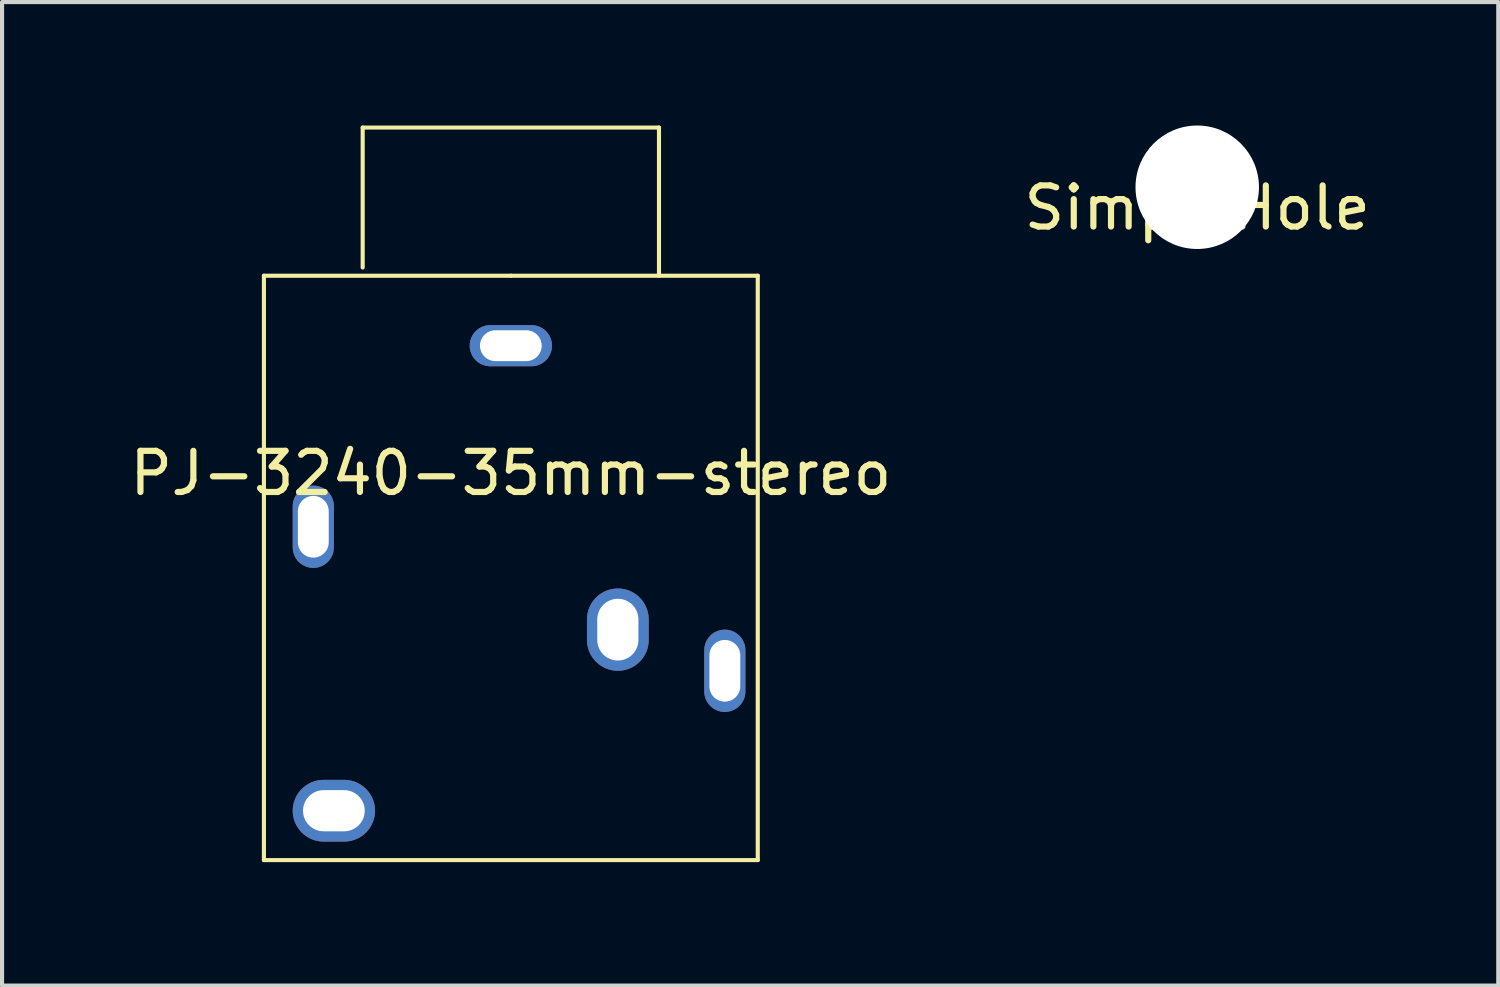
<source format=kicad_pcb>
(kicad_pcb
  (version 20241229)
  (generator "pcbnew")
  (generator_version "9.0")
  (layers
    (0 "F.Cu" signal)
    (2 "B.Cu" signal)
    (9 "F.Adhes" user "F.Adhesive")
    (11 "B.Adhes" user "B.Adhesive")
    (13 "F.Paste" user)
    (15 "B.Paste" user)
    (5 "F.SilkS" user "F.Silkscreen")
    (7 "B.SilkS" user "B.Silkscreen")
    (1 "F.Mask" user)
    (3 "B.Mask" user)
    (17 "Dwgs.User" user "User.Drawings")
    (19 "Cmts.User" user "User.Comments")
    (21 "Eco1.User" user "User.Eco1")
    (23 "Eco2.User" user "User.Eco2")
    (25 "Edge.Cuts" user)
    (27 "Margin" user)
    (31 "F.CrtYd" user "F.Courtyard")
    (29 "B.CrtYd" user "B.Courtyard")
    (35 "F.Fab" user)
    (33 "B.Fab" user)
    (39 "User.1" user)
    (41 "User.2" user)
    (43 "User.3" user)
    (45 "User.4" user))
  (footprint "SimpleHole"
    (layer "F.Cu")
    (at 26.042 1.5)
    (property "Reference" "SimpleHole" (at 0 0.5 0) (layer "F.SilkS") (effects (font (size 1 1) (thickness 0.15))))
    (attr through_hole)
    (pad "" np_thru_hole circle (at 0 0) (size 3 3) (drill oval 3) (layers "*.Cu" "*.Mask")))
  (footprint "PJ-3240-35mm-stereo"
    (layer "F.Cu")
    (at 9.363 3.65)
    (property "Reference" "PJ-3240-35mm-stereo" (at 0 4.8 0) (layer "F.SilkS") (effects (font (size 1 1) (thickness 0.15))))
    (attr through_hole)
    (fp_line (start -6 0) (end -6 14.2) (stroke (width 0.1) (type solid)) (layer "F.SilkS"))
    (fp_line (start -6 14.2) (end 6 14.2) (stroke (width 0.1) (type solid)) (layer "F.SilkS"))
    (fp_line (start -3.6 -3.6) (end 3.6 -3.6) (stroke (width 0.1) (type solid)) (layer "F.SilkS"))
    (fp_line (start -3.6 -0.2) (end -3.6 -3.6) (stroke (width 0.1) (type solid)) (layer "F.SilkS"))
    (fp_line (start 0 0) (end -6 0) (stroke (width 0.1) (type solid)) (layer "F.SilkS"))
    (fp_line (start 3.6 -3.6) (end 3.6 0) (stroke (width 0.1) (type solid)) (layer "F.SilkS"))
    (fp_line (start 6 0) (end 0 0) (stroke (width 0.1) (type solid)) (layer "F.SilkS"))
    (fp_line (start 6 14.2) (end 6 0) (stroke (width 0.1) (type solid)) (layer "F.SilkS"))
    (pad "1" thru_hole oval (at -4.8 6.1) (size 1 2) (drill oval 0.75 1.5) (layers "*.Cu" "*.Mask"))
    (pad "2" thru_hole oval (at 5.2 9.6) (size 1 2) (drill oval 0.75 1.5) (layers "*.Cu" "*.Mask"))
    (pad "3" thru_hole oval (at 0 1.7) (size 2 1) (drill oval 1.5 0.75) (layers "*.Cu" "*.Mask"))
    (pad "4" thru_hole oval (at -4.3 13) (size 2 1.5) (drill oval 1.5 1) (layers "*.Cu" "*.Mask"))
    (pad "5" thru_hole oval (at 2.6 8.6) (size 1.5 2) (drill oval 1 1.5) (layers "*.Cu" "*.Mask")))
  (gr_rect
    (start -3 -3)
    (end 33.357 20.9)
    (stroke (width 0.1) (type default))
    (fill no)
    (layer "Edge.Cuts")))
</source>
